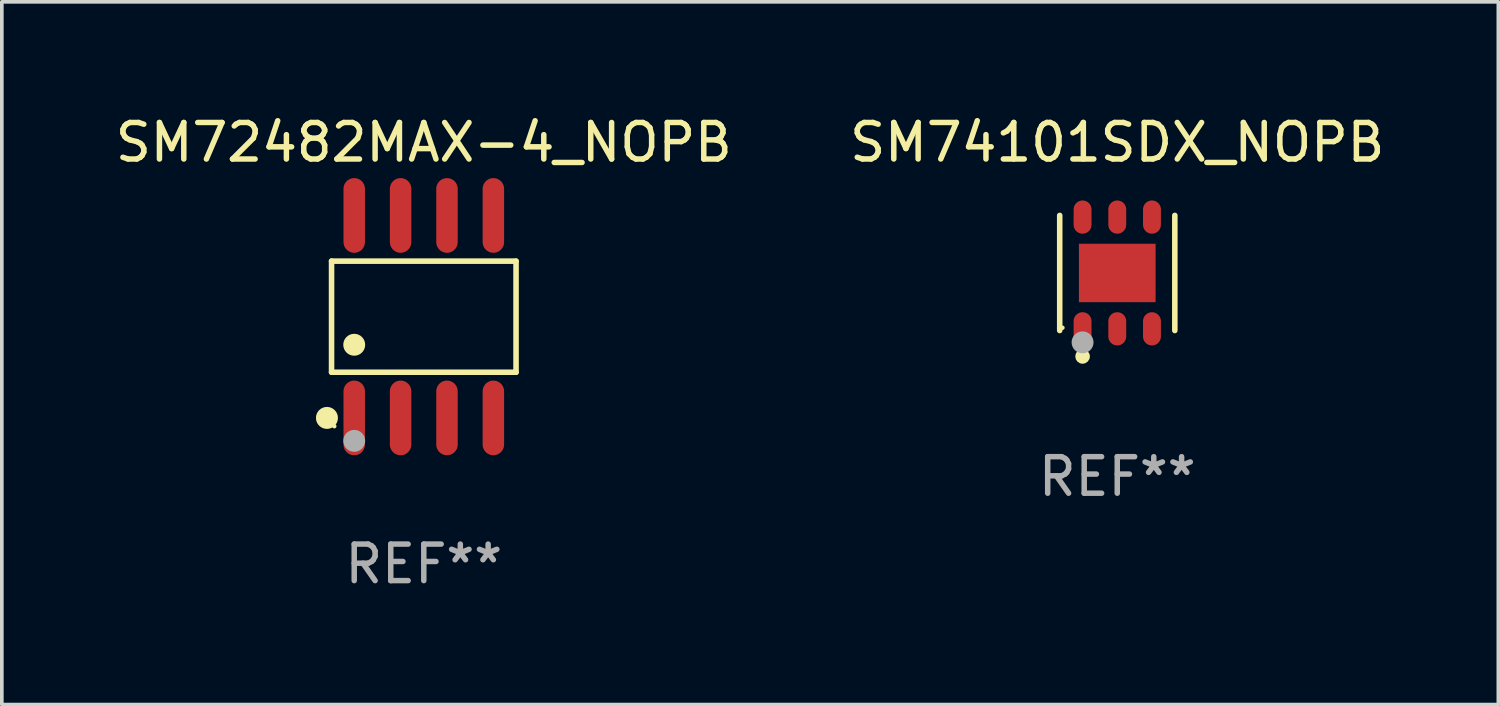
<source format=kicad_pcb>
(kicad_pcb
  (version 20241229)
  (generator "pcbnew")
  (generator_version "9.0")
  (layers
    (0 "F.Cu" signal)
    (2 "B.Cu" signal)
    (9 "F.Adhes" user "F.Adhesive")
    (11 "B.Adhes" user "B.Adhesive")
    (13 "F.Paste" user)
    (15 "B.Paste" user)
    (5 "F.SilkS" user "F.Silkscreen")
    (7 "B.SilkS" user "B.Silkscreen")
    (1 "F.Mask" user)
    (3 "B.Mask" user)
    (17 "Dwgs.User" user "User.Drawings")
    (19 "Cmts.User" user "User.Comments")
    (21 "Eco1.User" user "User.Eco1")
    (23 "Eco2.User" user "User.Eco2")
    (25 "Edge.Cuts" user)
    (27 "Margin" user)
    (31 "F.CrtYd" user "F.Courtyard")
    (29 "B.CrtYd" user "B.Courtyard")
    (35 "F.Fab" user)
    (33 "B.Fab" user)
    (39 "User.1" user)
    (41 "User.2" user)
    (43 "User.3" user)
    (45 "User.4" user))
  (footprint "SM72482MAX-4_NOPB"
    (layer "F.Cu")
    (at 8.554 5.621)
    (property "Reference" "SM72482MAX-4_NOPB" (at 0 -4.772 0) (layer "F.SilkS") (effects (font (size 1 1) (thickness 0.15))))
    (attr through_hole)
    (fp_line (start -2.526 -1.521) (end 2.526 -1.521) (stroke (width 0.152) (type solid)) (layer "F.SilkS"))
    (fp_line (start -2.526 1.521) (end -2.526 -1.521) (stroke (width 0.152) (type solid)) (layer "F.SilkS"))
    (fp_line (start 2.526 -1.521) (end 2.526 1.521) (stroke (width 0.152) (type solid)) (layer "F.SilkS"))
    (fp_line (start 2.526 1.521) (end -2.526 1.521) (stroke (width 0.152) (type solid)) (layer "F.SilkS"))
    (fp_circle (center -2.652 2.772) (end -2.501 2.772) (stroke (width 0.3) (type solid)) (fill no) (layer "F.SilkS"))
    (fp_circle (center -2.45 3) (end -2.42 3) (stroke (width 0.06) (type solid)) (fill no) (layer "F.SilkS"))
    (fp_circle (center -1.905 0.769) (end -1.755 0.769) (stroke (width 0.3) (type solid)) (fill no) (layer "F.SilkS"))
    (fp_circle (center -1.905 3.4) (end -1.755 3.4) (stroke (width 0.3) (type solid)) (fill no) (layer "F.Fab"))
    (fp_text user "REF**" (at 0 6.772 0) (layer "F.Fab") (effects (font (size 1 1) (thickness 0.15))))
    (pad "1" smd oval (at -1.905 2.772) (size 0.588 2.045) (layers "F.Cu" "F.Mask" "F.Paste"))
    (pad "2" smd oval (at -0.635 2.772) (size 0.588 2.045) (layers "F.Cu" "F.Mask" "F.Paste"))
    (pad "3" smd oval (at 0.635 2.772) (size 0.588 2.045) (layers "F.Cu" "F.Mask" "F.Paste"))
    (pad "4" smd oval (at 1.905 2.772) (size 0.588 2.045) (layers "F.Cu" "F.Mask" "F.Paste"))
    (pad "5" smd oval (at 1.905 -2.772) (size 0.588 2.045) (layers "F.Cu" "F.Mask" "F.Paste"))
    (pad "6" smd oval (at 0.635 -2.772) (size 0.588 2.045) (layers "F.Cu" "F.Mask" "F.Paste"))
    (pad "7" smd oval (at -0.635 -2.772) (size 0.588 2.045) (layers "F.Cu" "F.Mask" "F.Paste"))
    (pad "8" smd oval (at -1.905 -2.772) (size 0.588 2.045) (layers "F.Cu" "F.Mask" "F.Paste")))
  (footprint "SM74101SDX_NOPB"
    (layer "F.Cu")
    (at 27.542 4.424)
    (property "Reference" "SM74101SDX_NOPB" (at 0 -3.576 0) (layer "F.SilkS") (effects (font (size 1 1) (thickness 0.15))))
    (attr through_hole)
    (fp_line (start -1.576 1.576) (end -1.576 -1.576) (stroke (width 0.152) (type solid)) (layer "F.SilkS"))
    (fp_line (start 1.576 -1.576) (end 1.576 1.576) (stroke (width 0.152) (type solid)) (layer "F.SilkS"))
    (fp_circle (center -1.5 1.5) (end -1.47 1.5) (stroke (width 0.06) (type solid)) (fill no) (layer "F.SilkS"))
    (fp_circle (center -0.95 2.285) (end -0.85 2.285) (stroke (width 0.2) (type solid)) (fill no) (layer "F.SilkS"))
    (fp_circle (center -0.95 1.9) (end -0.8 1.9) (stroke (width 0.3) (type solid)) (fill no) (layer "F.Fab"))
    (fp_text user "REF**" (at 0 5.576 0) (layer "F.Fab") (effects (font (size 1 1) (thickness 0.15))))
    (pad "1" smd oval (at -0.95 1.53) (size 0.49 0.91) (layers "F.Cu" "F.Mask" "F.Paste"))
    (pad "2" smd oval (at 0 1.53) (size 0.49 0.91) (layers "F.Cu" "F.Mask" "F.Paste"))
    (pad "3" smd oval (at 0.95 1.53) (size 0.49 0.91) (layers "F.Cu" "F.Mask" "F.Paste"))
    (pad "4" smd oval (at 0.95 -1.53) (size 0.49 0.91) (layers "F.Cu" "F.Mask" "F.Paste"))
    (pad "5" smd oval (at 0 -1.53) (size 0.49 0.91) (layers "F.Cu" "F.Mask" "F.Paste"))
    (pad "6" smd oval (at -0.95 -1.53) (size 0.49 0.91) (layers "F.Cu" "F.Mask" "F.Paste"))
    (pad "7" smd rect (at 0 0) (size 2.1 1.6) (layers "F.Cu" "F.Mask" "F.Paste")))
  (gr_rect
    (start -3 -3)
    (end 37.976 16.241)
    (stroke (width 0.1) (type default))
    (fill no)
    (layer "Edge.Cuts")))
</source>
